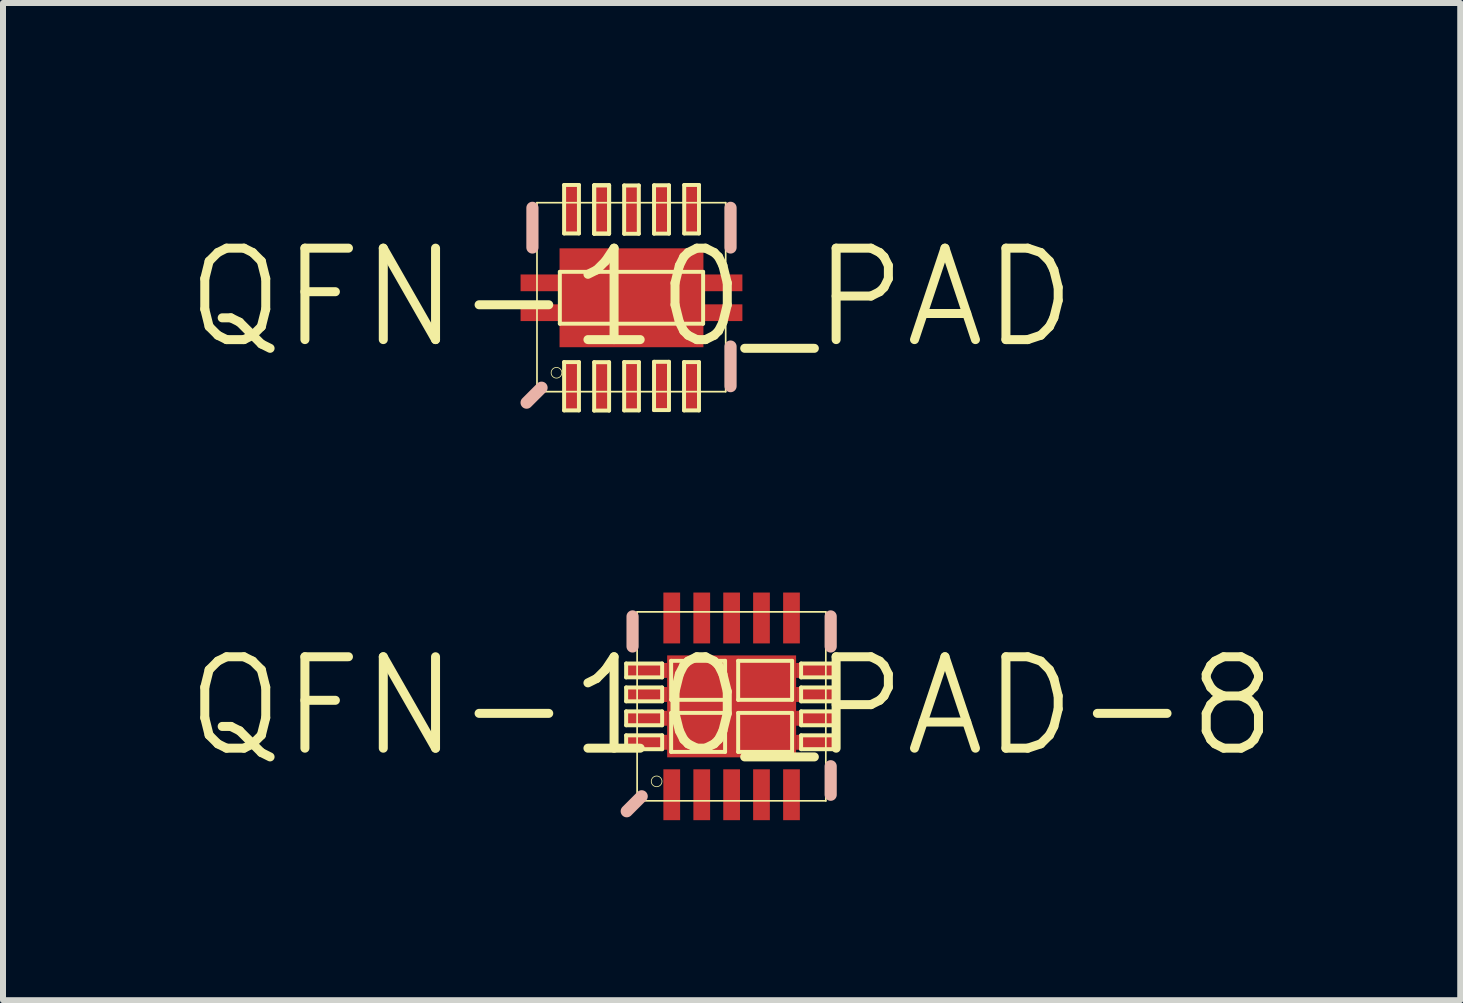
<source format=kicad_pcb>
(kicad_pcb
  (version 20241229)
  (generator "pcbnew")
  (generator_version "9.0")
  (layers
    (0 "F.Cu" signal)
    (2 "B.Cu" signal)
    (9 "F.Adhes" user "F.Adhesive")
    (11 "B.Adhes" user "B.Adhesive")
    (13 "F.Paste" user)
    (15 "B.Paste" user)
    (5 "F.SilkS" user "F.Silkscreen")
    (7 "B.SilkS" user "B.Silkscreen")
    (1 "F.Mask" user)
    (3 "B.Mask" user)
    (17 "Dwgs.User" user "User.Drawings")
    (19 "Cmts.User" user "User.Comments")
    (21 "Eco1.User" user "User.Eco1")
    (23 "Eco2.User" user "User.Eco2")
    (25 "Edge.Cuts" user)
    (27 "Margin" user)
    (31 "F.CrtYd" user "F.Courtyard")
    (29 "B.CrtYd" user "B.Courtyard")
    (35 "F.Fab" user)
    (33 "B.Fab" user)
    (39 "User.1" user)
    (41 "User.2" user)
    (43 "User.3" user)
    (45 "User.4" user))
  (footprint "QFN-10_PAD-8"
    (layer "F.Cu")
    (at 9.144 8.723)
    (property "Reference" "QFN-10_PAD-8" (at 0 0 0) (layer "F.SilkS") (effects (font (size 1.524 1.524) (thickness 0.15))))
    (attr smd)
    (fp_line (start -1.758 -0.714) (end -1.158 -0.714) (stroke (width 0.066) (type solid)) (layer "F.SilkS"))
    (fp_line (start -1.758 -0.483) (end -1.758 -0.714) (stroke (width 0.066) (type solid)) (layer "F.SilkS"))
    (fp_line (start -1.758 -0.483) (end -1.158 -0.483) (stroke (width 0.066) (type solid)) (layer "F.SilkS"))
    (fp_line (start -1.758 -0.315) (end -1.158 -0.315) (stroke (width 0.066) (type solid)) (layer "F.SilkS"))
    (fp_line (start -1.758 -0.084) (end -1.758 -0.315) (stroke (width 0.066) (type solid)) (layer "F.SilkS"))
    (fp_line (start -1.758 -0.084) (end -1.158 -0.084) (stroke (width 0.066) (type solid)) (layer "F.SilkS"))
    (fp_line (start -1.758 0.084) (end -1.158 0.084) (stroke (width 0.066) (type solid)) (layer "F.SilkS"))
    (fp_line (start -1.758 0.315) (end -1.758 0.084) (stroke (width 0.066) (type solid)) (layer "F.SilkS"))
    (fp_line (start -1.758 0.315) (end -1.158 0.315) (stroke (width 0.066) (type solid)) (layer "F.SilkS"))
    (fp_line (start -1.758 0.483) (end -1.158 0.483) (stroke (width 0.066) (type solid)) (layer "F.SilkS"))
    (fp_line (start -1.758 0.714) (end -1.758 0.483) (stroke (width 0.066) (type solid)) (layer "F.SilkS"))
    (fp_line (start -1.758 0.714) (end -1.158 0.714) (stroke (width 0.066) (type solid)) (layer "F.SilkS"))
    (fp_line (start -1.575 -1.575) (end 1.57 -1.575) (stroke (width 0.028) (type solid)) (layer "F.SilkS"))
    (fp_line (start -1.575 1.575) (end -1.575 -1.575) (stroke (width 0.028) (type solid)) (layer "F.SilkS"))
    (fp_line (start -1.158 -0.483) (end -1.158 -0.714) (stroke (width 0.066) (type solid)) (layer "F.SilkS"))
    (fp_line (start -1.158 -0.084) (end -1.158 -0.315) (stroke (width 0.066) (type solid)) (layer "F.SilkS"))
    (fp_line (start -1.158 0.315) (end -1.158 0.084) (stroke (width 0.066) (type solid)) (layer "F.SilkS"))
    (fp_line (start -1.158 0.714) (end -1.158 0.483) (stroke (width 0.066) (type solid)) (layer "F.SilkS"))
    (fp_line (start -1.008 -0.759) (end -0.109 -0.759) (stroke (width 0.066) (type solid)) (layer "F.SilkS"))
    (fp_line (start -1.008 -0.109) (end -1.008 -0.759) (stroke (width 0.066) (type solid)) (layer "F.SilkS"))
    (fp_line (start -1.008 -0.109) (end -0.109 -0.109) (stroke (width 0.066) (type solid)) (layer "F.SilkS"))
    (fp_line (start -1.008 0.109) (end -0.109 0.109) (stroke (width 0.066) (type solid)) (layer "F.SilkS"))
    (fp_line (start -1.008 0.759) (end -1.008 0.109) (stroke (width 0.066) (type solid)) (layer "F.SilkS"))
    (fp_line (start -1.008 0.759) (end -0.109 0.759) (stroke (width 0.066) (type solid)) (layer "F.SilkS"))
    (fp_line (start -0.109 -0.109) (end -0.109 -0.759) (stroke (width 0.066) (type solid)) (layer "F.SilkS"))
    (fp_line (start -0.109 0.759) (end -0.109 0.109) (stroke (width 0.066) (type solid)) (layer "F.SilkS"))
    (fp_line (start 0.109 -0.759) (end 1.008 -0.759) (stroke (width 0.066) (type solid)) (layer "F.SilkS"))
    (fp_line (start 0.109 -0.109) (end 0.109 -0.759) (stroke (width 0.066) (type solid)) (layer "F.SilkS"))
    (fp_line (start 0.109 -0.109) (end 1.008 -0.109) (stroke (width 0.066) (type solid)) (layer "F.SilkS"))
    (fp_line (start 0.109 0.109) (end 1.008 0.109) (stroke (width 0.066) (type solid)) (layer "F.SilkS"))
    (fp_line (start 0.109 0.759) (end 0.109 0.109) (stroke (width 0.066) (type solid)) (layer "F.SilkS"))
    (fp_line (start 0.109 0.759) (end 1.008 0.759) (stroke (width 0.066) (type solid)) (layer "F.SilkS"))
    (fp_line (start 1.008 -0.109) (end 1.008 -0.759) (stroke (width 0.066) (type solid)) (layer "F.SilkS"))
    (fp_line (start 1.008 0.759) (end 1.008 0.109) (stroke (width 0.066) (type solid)) (layer "F.SilkS"))
    (fp_line (start 1.158 -0.714) (end 1.758 -0.714) (stroke (width 0.066) (type solid)) (layer "F.SilkS"))
    (fp_line (start 1.158 -0.483) (end 1.158 -0.714) (stroke (width 0.066) (type solid)) (layer "F.SilkS"))
    (fp_line (start 1.158 -0.483) (end 1.758 -0.483) (stroke (width 0.066) (type solid)) (layer "F.SilkS"))
    (fp_line (start 1.158 -0.315) (end 1.758 -0.315) (stroke (width 0.066) (type solid)) (layer "F.SilkS"))
    (fp_line (start 1.158 -0.084) (end 1.158 -0.315) (stroke (width 0.066) (type solid)) (layer "F.SilkS"))
    (fp_line (start 1.158 -0.084) (end 1.758 -0.084) (stroke (width 0.066) (type solid)) (layer "F.SilkS"))
    (fp_line (start 1.158 0.084) (end 1.758 0.084) (stroke (width 0.066) (type solid)) (layer "F.SilkS"))
    (fp_line (start 1.158 0.315) (end 1.158 0.084) (stroke (width 0.066) (type solid)) (layer "F.SilkS"))
    (fp_line (start 1.158 0.315) (end 1.758 0.315) (stroke (width 0.066) (type solid)) (layer "F.SilkS"))
    (fp_line (start 1.158 0.483) (end 1.758 0.483) (stroke (width 0.066) (type solid)) (layer "F.SilkS"))
    (fp_line (start 1.158 0.714) (end 1.158 0.483) (stroke (width 0.066) (type solid)) (layer "F.SilkS"))
    (fp_line (start 1.158 0.714) (end 1.758 0.714) (stroke (width 0.066) (type solid)) (layer "F.SilkS"))
    (fp_line (start 1.57 -1.575) (end 1.57 1.575) (stroke (width 0.028) (type solid)) (layer "F.SilkS"))
    (fp_line (start 1.57 1.575) (end -1.575 1.575) (stroke (width 0.028) (type solid)) (layer "F.SilkS"))
    (fp_line (start 1.758 -0.483) (end 1.758 -0.714) (stroke (width 0.066) (type solid)) (layer "F.SilkS"))
    (fp_line (start 1.758 -0.084) (end 1.758 -0.315) (stroke (width 0.066) (type solid)) (layer "F.SilkS"))
    (fp_line (start 1.758 0.315) (end 1.758 0.084) (stroke (width 0.066) (type solid)) (layer "F.SilkS"))
    (fp_line (start 1.758 0.714) (end 1.758 0.483) (stroke (width 0.066) (type solid)) (layer "F.SilkS"))
    (fp_circle (center -1.25 1.25) (end -1.313 1.313) (stroke (width 0.013) (type solid)) (fill no) (layer "F.SilkS"))
    (fp_line (start -1.748 1.748) (end -1.499 1.499) (stroke (width 0.203) (type solid)) (layer "B.SilkS"))
    (fp_line (start -1.651 -1.499) (end -1.651 -0.998) (stroke (width 0.203) (type solid)) (layer "B.SilkS"))
    (fp_line (start 1.651 -1.499) (end 1.651 -0.998) (stroke (width 0.203) (type solid)) (layer "B.SilkS"))
    (fp_line (start 1.651 0.998) (end 1.651 1.473) (stroke (width 0.203) (type solid)) (layer "B.SilkS"))
    (pad "1" smd rect (at -0.998 1.473 90) (size 0.848 0.279) (layers "F.Cu" "F.Mask" "F.Paste"))
    (pad "2" smd rect (at -0.498 1.473 90) (size 0.848 0.279) (layers "F.Cu" "F.Mask" "F.Paste"))
    (pad "3" smd rect (at 0 1.473 90) (size 0.848 0.279) (layers "F.Cu" "F.Mask" "F.Paste"))
    (pad "4" smd rect (at 0.498 1.473 90) (size 0.848 0.279) (layers "F.Cu" "F.Mask" "F.Paste"))
    (pad "5" smd rect (at 0.998 1.473 90) (size 0.848 0.279) (layers "F.Cu" "F.Mask" "F.Paste"))
    (pad "6" smd rect (at 0.998 -1.473 90) (size 0.848 0.279) (layers "F.Cu" "F.Mask" "F.Paste"))
    (pad "7" smd rect (at 0.498 -1.473 90) (size 0.848 0.279) (layers "F.Cu" "F.Mask" "F.Paste"))
    (pad "8" smd rect (at 0 -1.473 90) (size 0.848 0.279) (layers "F.Cu" "F.Mask" "F.Paste"))
    (pad "9" smd rect (at -0.498 -1.473 90) (size 0.848 0.279) (layers "F.Cu" "F.Mask" "F.Paste"))
    (pad "10" smd rect (at -0.998 -1.473 90) (size 0.848 0.279) (layers "F.Cu" "F.Mask" "F.Paste"))
    (pad "11" smd rect (at -1.425 -0.599 180) (size 0.699 0.249) (layers "F.Cu" "F.Mask" "F.Paste"))
    (pad "12" smd rect (at -1.425 -0.198 180) (size 0.699 0.249) (layers "F.Cu" "F.Mask" "F.Paste"))
    (pad "13" smd rect (at -1.425 0.198 180) (size 0.699 0.249) (layers "F.Cu" "F.Mask" "F.Paste"))
    (pad "14" smd rect (at -1.425 0.599 180) (size 0.699 0.249) (layers "F.Cu" "F.Mask" "F.Paste"))
    (pad "15" smd rect (at 1.425 -0.599 180) (size 0.699 0.249) (layers "F.Cu" "F.Mask" "F.Paste"))
    (pad "16" smd rect (at 1.425 -0.198 180) (size 0.699 0.249) (layers "F.Cu" "F.Mask" "F.Paste"))
    (pad "17" smd rect (at 1.425 0.198 180) (size 0.699 0.249) (layers "F.Cu" "F.Mask" "F.Paste"))
    (pad "18" smd rect (at 1.425 0.599 180) (size 0.699 0.249) (layers "F.Cu" "F.Mask" "F.Paste"))
    (pad "PAD" smd rect (at 0 0 90) (size 1.699 2.149) (layers "F.Cu" "F.Mask" "F.Paste")))
  (footprint "QFN-10_PAD"
    (layer "F.Cu")
    (at 7.475 1.913)
    (property "Reference" "QFN-10_PAD" (at 0 0 0) (layer "F.SilkS") (effects (font (size 1.524 1.524) (thickness 0.15))))
    (attr smd)
    (fp_line (start -1.575 -1.585) (end 1.57 -1.585) (stroke (width 0.028) (type solid)) (layer "F.SilkS"))
    (fp_line (start -1.575 1.565) (end -1.575 -1.585) (stroke (width 0.028) (type solid)) (layer "F.SilkS"))
    (fp_line (start -1.194 -0.432) (end 1.194 -0.432) (stroke (width 0.066) (type solid)) (layer "F.SilkS"))
    (fp_line (start -1.194 0.432) (end -1.194 -0.432) (stroke (width 0.066) (type solid)) (layer "F.SilkS"))
    (fp_line (start -1.194 0.432) (end 1.194 0.432) (stroke (width 0.066) (type solid)) (layer "F.SilkS"))
    (fp_line (start -1.123 -1.88) (end -0.876 -1.88) (stroke (width 0.066) (type solid)) (layer "F.SilkS"))
    (fp_line (start -1.123 -1.072) (end -1.123 -1.88) (stroke (width 0.066) (type solid)) (layer "F.SilkS"))
    (fp_line (start -1.123 -1.072) (end -0.876 -1.072) (stroke (width 0.066) (type solid)) (layer "F.SilkS"))
    (fp_line (start -1.123 1.072) (end -0.876 1.072) (stroke (width 0.066) (type solid)) (layer "F.SilkS"))
    (fp_line (start -1.123 1.877) (end -1.123 1.072) (stroke (width 0.066) (type solid)) (layer "F.SilkS"))
    (fp_line (start -1.123 1.877) (end -0.876 1.877) (stroke (width 0.066) (type solid)) (layer "F.SilkS"))
    (fp_line (start -0.876 -1.072) (end -0.876 -1.88) (stroke (width 0.066) (type solid)) (layer "F.SilkS"))
    (fp_line (start -0.876 1.877) (end -0.876 1.072) (stroke (width 0.066) (type solid)) (layer "F.SilkS"))
    (fp_line (start -0.622 -1.875) (end -0.373 -1.875) (stroke (width 0.066) (type solid)) (layer "F.SilkS"))
    (fp_line (start -0.622 -1.875) (end -0.373 -1.875) (stroke (width 0.066) (type solid)) (layer "F.SilkS"))
    (fp_line (start -0.622 -1.069) (end -0.622 -1.875) (stroke (width 0.066) (type solid)) (layer "F.SilkS"))
    (fp_line (start -0.622 -1.069) (end -0.622 -1.875) (stroke (width 0.066) (type solid)) (layer "F.SilkS"))
    (fp_line (start -0.622 -1.069) (end -0.373 -1.069) (stroke (width 0.066) (type solid)) (layer "F.SilkS"))
    (fp_line (start -0.622 -1.069) (end -0.373 -1.069) (stroke (width 0.066) (type solid)) (layer "F.SilkS"))
    (fp_line (start -0.622 1.074) (end -0.373 1.074) (stroke (width 0.066) (type solid)) (layer "F.SilkS"))
    (fp_line (start -0.622 1.88) (end -0.622 1.074) (stroke (width 0.066) (type solid)) (layer "F.SilkS"))
    (fp_line (start -0.622 1.88) (end -0.373 1.88) (stroke (width 0.066) (type solid)) (layer "F.SilkS"))
    (fp_line (start -0.373 -1.069) (end -0.373 -1.875) (stroke (width 0.066) (type solid)) (layer "F.SilkS"))
    (fp_line (start -0.373 -1.069) (end -0.373 -1.875) (stroke (width 0.066) (type solid)) (layer "F.SilkS"))
    (fp_line (start -0.373 1.88) (end -0.373 1.074) (stroke (width 0.066) (type solid)) (layer "F.SilkS"))
    (fp_line (start -0.122 -1.872) (end 0.122 -1.872) (stroke (width 0.066) (type solid)) (layer "F.SilkS"))
    (fp_line (start -0.122 -1.067) (end -0.122 -1.872) (stroke (width 0.066) (type solid)) (layer "F.SilkS"))
    (fp_line (start -0.122 -1.067) (end 0.122 -1.067) (stroke (width 0.066) (type solid)) (layer "F.SilkS"))
    (fp_line (start -0.122 1.072) (end 0.124 1.072) (stroke (width 0.066) (type solid)) (layer "F.SilkS"))
    (fp_line (start -0.122 1.877) (end -0.122 1.072) (stroke (width 0.066) (type solid)) (layer "F.SilkS"))
    (fp_line (start -0.122 1.877) (end 0.124 1.877) (stroke (width 0.066) (type solid)) (layer "F.SilkS"))
    (fp_line (start 0.122 -1.067) (end 0.122 -1.872) (stroke (width 0.066) (type solid)) (layer "F.SilkS"))
    (fp_line (start 0.124 1.877) (end 0.124 1.072) (stroke (width 0.066) (type solid)) (layer "F.SilkS"))
    (fp_line (start 0.376 -1.875) (end 0.625 -1.875) (stroke (width 0.066) (type solid)) (layer "F.SilkS"))
    (fp_line (start 0.376 -1.069) (end 0.376 -1.875) (stroke (width 0.066) (type solid)) (layer "F.SilkS"))
    (fp_line (start 0.376 -1.069) (end 0.625 -1.069) (stroke (width 0.066) (type solid)) (layer "F.SilkS"))
    (fp_line (start 0.376 1.067) (end 0.625 1.067) (stroke (width 0.066) (type solid)) (layer "F.SilkS"))
    (fp_line (start 0.376 1.872) (end 0.376 1.067) (stroke (width 0.066) (type solid)) (layer "F.SilkS"))
    (fp_line (start 0.376 1.872) (end 0.625 1.872) (stroke (width 0.066) (type solid)) (layer "F.SilkS"))
    (fp_line (start 0.625 -1.069) (end 0.625 -1.875) (stroke (width 0.066) (type solid)) (layer "F.SilkS"))
    (fp_line (start 0.625 1.872) (end 0.625 1.067) (stroke (width 0.066) (type solid)) (layer "F.SilkS"))
    (fp_line (start 0.876 1.072) (end 1.125 1.072) (stroke (width 0.066) (type solid)) (layer "F.SilkS"))
    (fp_line (start 0.876 1.877) (end 0.876 1.072) (stroke (width 0.066) (type solid)) (layer "F.SilkS"))
    (fp_line (start 0.876 1.877) (end 1.125 1.877) (stroke (width 0.066) (type solid)) (layer "F.SilkS"))
    (fp_line (start 0.879 -1.88) (end 1.125 -1.88) (stroke (width 0.066) (type solid)) (layer "F.SilkS"))
    (fp_line (start 0.879 -1.072) (end 0.879 -1.88) (stroke (width 0.066) (type solid)) (layer "F.SilkS"))
    (fp_line (start 0.879 -1.072) (end 1.125 -1.072) (stroke (width 0.066) (type solid)) (layer "F.SilkS"))
    (fp_line (start 1.125 -1.072) (end 1.125 -1.88) (stroke (width 0.066) (type solid)) (layer "F.SilkS"))
    (fp_line (start 1.125 1.877) (end 1.125 1.072) (stroke (width 0.066) (type solid)) (layer "F.SilkS"))
    (fp_line (start 1.194 0.432) (end 1.194 -0.432) (stroke (width 0.066) (type solid)) (layer "F.SilkS"))
    (fp_line (start 1.57 -1.585) (end 1.57 1.565) (stroke (width 0.028) (type solid)) (layer "F.SilkS"))
    (fp_line (start 1.57 1.565) (end -1.575 1.565) (stroke (width 0.028) (type solid)) (layer "F.SilkS"))
    (fp_circle (center -1.25 1.25) (end -1.313 1.313) (stroke (width 0.013) (type solid)) (fill no) (layer "F.SilkS"))
    (fp_line (start -1.748 1.748) (end -1.499 1.499) (stroke (width 0.203) (type solid)) (layer "B.SilkS"))
    (fp_line (start -1.651 -1.499) (end -1.651 -0.838) (stroke (width 0.203) (type solid)) (layer "B.SilkS"))
    (fp_line (start 1.651 -1.499) (end 1.651 -0.838) (stroke (width 0.203) (type solid)) (layer "B.SilkS"))
    (fp_line (start 1.651 0.813) (end 1.651 1.473) (stroke (width 0.203) (type solid)) (layer "B.SilkS"))
    (pad "1" smd rect (at -0.998 1.473 90) (size 0.848 0.295) (layers "F.Cu" "F.Mask" "F.Paste"))
    (pad "2" smd rect (at -0.498 1.473 90) (size 0.848 0.295) (layers "F.Cu" "F.Mask" "F.Paste"))
    (pad "3" smd rect (at 0 1.473 90) (size 0.848 0.295) (layers "F.Cu" "F.Mask" "F.Paste"))
    (pad "4" smd rect (at 0.498 1.473 90) (size 0.848 0.295) (layers "F.Cu" "F.Mask" "F.Paste"))
    (pad "5" smd rect (at 0.998 1.473 90) (size 0.848 0.295) (layers "F.Cu" "F.Mask" "F.Paste"))
    (pad "6" smd rect (at 0.998 -1.473 90) (size 0.848 0.295) (layers "F.Cu" "F.Mask" "F.Paste"))
    (pad "7" smd rect (at 0.498 -1.473 90) (size 0.848 0.295) (layers "F.Cu" "F.Mask" "F.Paste"))
    (pad "8" smd rect (at 0 -1.473 90) (size 0.848 0.295) (layers "F.Cu" "F.Mask" "F.Paste"))
    (pad "9" smd rect (at -0.498 -1.473 90) (size 0.848 0.295) (layers "F.Cu" "F.Mask" "F.Paste"))
    (pad "10" smd rect (at -0.998 -1.473 90) (size 0.848 0.295) (layers "F.Cu" "F.Mask" "F.Paste"))
    (pad "11" smd rect (at -1.499 -0.249 180) (size 0.699 0.279) (layers "F.Cu" "F.Mask" "F.Paste"))
    (pad "12" smd rect (at -1.499 0.249 180) (size 0.699 0.279) (layers "F.Cu" "F.Mask" "F.Paste"))
    (pad "13" smd rect (at 1.499 -0.249 180) (size 0.699 0.279) (layers "F.Cu" "F.Mask" "F.Paste"))
    (pad "14" smd rect (at 1.499 0.249 180) (size 0.699 0.279) (layers "F.Cu" "F.Mask" "F.Paste"))
    (pad "15" smd rect (at 0 0 90) (size 1.648 2.398) (layers "F.Cu" "F.Mask" "F.Paste")))
  (gr_rect
    (start -3 -3)
    (end 21.288 13.62)
    (stroke (width 0.1) (type default))
    (fill no)
    (layer "Edge.Cuts")))
</source>
